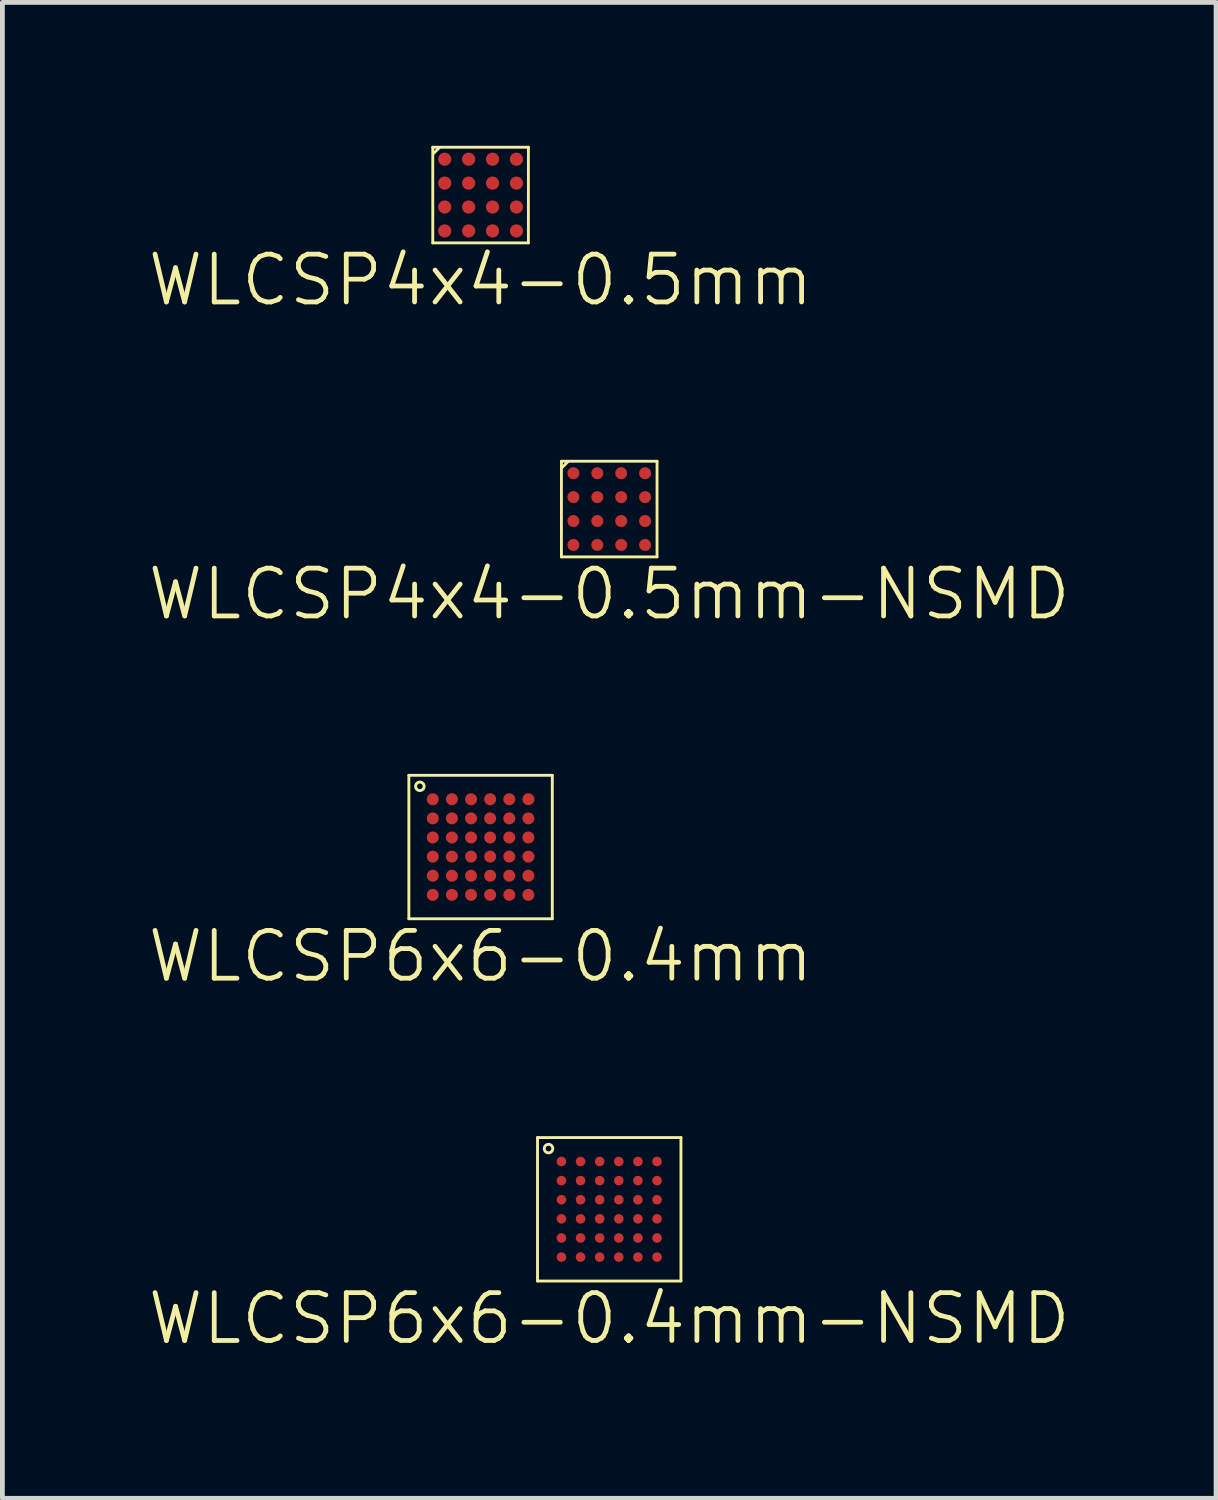
<source format=kicad_pcb>
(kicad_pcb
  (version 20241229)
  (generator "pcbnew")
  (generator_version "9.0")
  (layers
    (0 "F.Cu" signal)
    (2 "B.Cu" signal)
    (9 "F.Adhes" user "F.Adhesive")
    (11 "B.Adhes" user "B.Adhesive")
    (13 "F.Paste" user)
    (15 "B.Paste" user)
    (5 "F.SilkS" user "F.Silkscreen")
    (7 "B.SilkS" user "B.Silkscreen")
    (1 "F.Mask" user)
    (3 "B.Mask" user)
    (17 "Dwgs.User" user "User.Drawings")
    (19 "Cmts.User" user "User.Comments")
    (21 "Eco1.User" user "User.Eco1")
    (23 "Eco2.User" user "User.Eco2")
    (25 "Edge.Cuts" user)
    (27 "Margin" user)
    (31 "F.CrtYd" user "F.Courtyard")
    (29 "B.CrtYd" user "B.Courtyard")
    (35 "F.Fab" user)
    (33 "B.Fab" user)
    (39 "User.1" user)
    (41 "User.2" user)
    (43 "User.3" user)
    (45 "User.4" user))
  (footprint "WLCSP4x4-0.5mm-NSMD"
    (layer "F.Cu")
    (at 9.693 7.598)
    (property "Reference" "WLCSP4x4-0.5mm-NSMD" (at 0 1.778 0) (layer "F.SilkS") (effects (font (size 1 1) (thickness 0.1))))
    (attr through_hole)
    (fp_line (start -1 -1) (end 1 -1) (stroke (width 0.06) (type solid)) (layer "F.SilkS"))
    (fp_line (start -1 1) (end -1 -1) (stroke (width 0.06) (type solid)) (layer "F.SilkS"))
    (fp_line (start -0.864 -0.991) (end -0.991 -0.864) (stroke (width 0.06) (type solid)) (layer "F.SilkS"))
    (fp_line (start 1 -1) (end 1 1) (stroke (width 0.06) (type solid)) (layer "F.SilkS"))
    (fp_line (start 1 1) (end -1 1) (stroke (width 0.06) (type solid)) (layer "F.SilkS"))
    (pad "A1" smd circle (at -0.75 -0.75) (size 0.25 0.25) (layers "F.Cu" "F.Mask" "F.Paste"))
    (pad "A2" smd circle (at -0.25 -0.75) (size 0.25 0.25) (layers "F.Cu" "F.Mask" "F.Paste"))
    (pad "A3" smd circle (at 0.25 -0.75) (size 0.25 0.25) (layers "F.Cu" "F.Mask" "F.Paste"))
    (pad "A4" smd circle (at 0.75 -0.75) (size 0.25 0.25) (layers "F.Cu" "F.Mask" "F.Paste"))
    (pad "B1" smd circle (at -0.75 -0.25) (size 0.25 0.25) (layers "F.Cu" "F.Mask" "F.Paste"))
    (pad "B2" smd circle (at -0.25 -0.25) (size 0.25 0.25) (layers "F.Cu" "F.Mask" "F.Paste"))
    (pad "B3" smd circle (at 0.25 -0.25) (size 0.25 0.25) (layers "F.Cu" "F.Mask" "F.Paste"))
    (pad "B4" smd circle (at 0.75 -0.25) (size 0.25 0.25) (layers "F.Cu" "F.Mask" "F.Paste"))
    (pad "C1" smd circle (at -0.75 0.25) (size 0.25 0.25) (layers "F.Cu" "F.Mask" "F.Paste"))
    (pad "C2" smd circle (at -0.25 0.25) (size 0.25 0.25) (layers "F.Cu" "F.Mask" "F.Paste"))
    (pad "C3" smd circle (at 0.25 0.25) (size 0.25 0.25) (layers "F.Cu" "F.Mask" "F.Paste"))
    (pad "C4" smd circle (at 0.75 0.25) (size 0.25 0.25) (layers "F.Cu" "F.Mask" "F.Paste"))
    (pad "D1" smd circle (at -0.75 0.75) (size 0.25 0.25) (layers "F.Cu" "F.Mask" "F.Paste"))
    (pad "D2" smd circle (at -0.25 0.75) (size 0.25 0.25) (layers "F.Cu" "F.Mask" "F.Paste"))
    (pad "D3" smd circle (at 0.25 0.75) (size 0.25 0.25) (layers "F.Cu" "F.Mask" "F.Paste"))
    (pad "D4" smd circle (at 0.75 0.75) (size 0.25 0.25) (layers "F.Cu" "F.Mask" "F.Paste")))
  (footprint "WLCSP6x6-0.4mm-NSMD"
    (layer "F.Cu")
    (at 9.693 22.244)
    (property "Reference" "WLCSP6x6-0.4mm-NSMD" (at 0 2.286 0) (layer "F.SilkS") (effects (font (size 1 1) (thickness 0.1))))
    (attr through_hole)
    (fp_line (start -1.5 -1.5) (end -1.5 1.5) (stroke (width 0.06) (type solid)) (layer "F.SilkS"))
    (fp_line (start -1.5 -1.5) (end 1.5 -1.5) (stroke (width 0.06) (type solid)) (layer "F.SilkS"))
    (fp_line (start -1.5 1.5) (end 1.5 1.5) (stroke (width 0.06) (type solid)) (layer "F.SilkS"))
    (fp_line (start 1.5 -1.5) (end 1.5 1.5) (stroke (width 0.06) (type solid)) (layer "F.SilkS"))
    (fp_circle (center -1.27 -1.27) (end -1.333 -1.333) (stroke (width 0.06) (type solid)) (fill no) (layer "F.SilkS"))
    (pad "A1" smd circle (at -1 -1) (size 0.2 0.2) (layers "F.Cu" "F.Mask" "F.Paste"))
    (pad "A2" smd circle (at -0.6 -1) (size 0.2 0.2) (layers "F.Cu" "F.Mask" "F.Paste"))
    (pad "A3" smd circle (at -0.2 -1) (size 0.2 0.2) (layers "F.Cu" "F.Mask" "F.Paste"))
    (pad "A4" smd circle (at 0.2 -1) (size 0.2 0.2) (layers "F.Cu" "F.Mask" "F.Paste"))
    (pad "A5" smd circle (at 0.6 -1) (size 0.2 0.2) (layers "F.Cu" "F.Mask" "F.Paste"))
    (pad "A6" smd circle (at 1 -1) (size 0.2 0.2) (layers "F.Cu" "F.Mask" "F.Paste"))
    (pad "B1" smd circle (at -1 -0.6) (size 0.2 0.2) (layers "F.Cu" "F.Mask" "F.Paste"))
    (pad "B2" smd circle (at -0.6 -0.6) (size 0.2 0.2) (layers "F.Cu" "F.Mask" "F.Paste"))
    (pad "B3" smd circle (at -0.2 -0.6) (size 0.2 0.2) (layers "F.Cu" "F.Mask" "F.Paste"))
    (pad "B4" smd circle (at 0.2 -0.6) (size 0.2 0.2) (layers "F.Cu" "F.Mask" "F.Paste"))
    (pad "B5" smd circle (at 0.6 -0.6) (size 0.2 0.2) (layers "F.Cu" "F.Mask" "F.Paste"))
    (pad "B6" smd circle (at 1 -0.6) (size 0.2 0.2) (layers "F.Cu" "F.Mask" "F.Paste"))
    (pad "C1" smd circle (at -1 -0.2) (size 0.2 0.2) (layers "F.Cu" "F.Mask" "F.Paste"))
    (pad "C2" smd circle (at -0.6 -0.2) (size 0.2 0.2) (layers "F.Cu" "F.Mask" "F.Paste"))
    (pad "C3" smd circle (at -0.2 -0.2) (size 0.2 0.2) (layers "F.Cu" "F.Mask" "F.Paste"))
    (pad "C4" smd circle (at 0.2 -0.2) (size 0.2 0.2) (layers "F.Cu" "F.Mask" "F.Paste"))
    (pad "C5" smd circle (at 0.6 -0.2) (size 0.2 0.2) (layers "F.Cu" "F.Mask" "F.Paste"))
    (pad "C6" smd circle (at 1 -0.2) (size 0.2 0.2) (layers "F.Cu" "F.Mask" "F.Paste"))
    (pad "D1" smd circle (at -1 0.2) (size 0.2 0.2) (layers "F.Cu" "F.Mask" "F.Paste"))
    (pad "D2" smd circle (at -0.6 0.2) (size 0.2 0.2) (layers "F.Cu" "F.Mask" "F.Paste"))
    (pad "D3" smd circle (at -0.2 0.2) (size 0.2 0.2) (layers "F.Cu" "F.Mask" "F.Paste"))
    (pad "D4" smd circle (at 0.2 0.2) (size 0.2 0.2) (layers "F.Cu" "F.Mask" "F.Paste"))
    (pad "D5" smd circle (at 0.6 0.2) (size 0.2 0.2) (layers "F.Cu" "F.Mask" "F.Paste"))
    (pad "D6" smd circle (at 1 0.2) (size 0.2 0.2) (layers "F.Cu" "F.Mask" "F.Paste"))
    (pad "E1" smd circle (at -1 0.6) (size 0.2 0.2) (layers "F.Cu" "F.Mask" "F.Paste"))
    (pad "E2" smd circle (at -0.6 0.6) (size 0.2 0.2) (layers "F.Cu" "F.Mask" "F.Paste"))
    (pad "E3" smd circle (at -0.2 0.6) (size 0.2 0.2) (layers "F.Cu" "F.Mask" "F.Paste"))
    (pad "E4" smd circle (at 0.2 0.6) (size 0.2 0.2) (layers "F.Cu" "F.Mask" "F.Paste"))
    (pad "E5" smd circle (at 0.6 0.6) (size 0.2 0.2) (layers "F.Cu" "F.Mask" "F.Paste"))
    (pad "E6" smd circle (at 1 0.6) (size 0.2 0.2) (layers "F.Cu" "F.Mask" "F.Paste"))
    (pad "F1" smd circle (at -1 1) (size 0.2 0.2) (layers "F.Cu" "F.Mask" "F.Paste"))
    (pad "F2" smd circle (at -0.6 1) (size 0.2 0.2) (layers "F.Cu" "F.Mask" "F.Paste"))
    (pad "F3" smd circle (at -0.2 1) (size 0.2 0.2) (layers "F.Cu" "F.Mask" "F.Paste"))
    (pad "F4" smd circle (at 0.2 1) (size 0.2 0.2) (layers "F.Cu" "F.Mask" "F.Paste"))
    (pad "F5" smd circle (at 0.6 1) (size 0.2 0.2) (layers "F.Cu" "F.Mask" "F.Paste"))
    (pad "F6" smd circle (at 1 1) (size 0.2 0.2) (layers "F.Cu" "F.Mask" "F.Paste")))
  (footprint "WLCSP6x6-0.4mm"
    (layer "F.Cu")
    (at 7.002 14.667)
    (property "Reference" "WLCSP6x6-0.4mm" (at 0 2.286 0) (layer "F.SilkS") (effects (font (size 1 1) (thickness 0.1))))
    (attr through_hole)
    (fp_line (start -1.5 -1.5) (end -1.5 1.5) (stroke (width 0.06) (type solid)) (layer "F.SilkS"))
    (fp_line (start -1.5 -1.5) (end 1.5 -1.5) (stroke (width 0.06) (type solid)) (layer "F.SilkS"))
    (fp_line (start -1.5 1.5) (end 1.5 1.5) (stroke (width 0.06) (type solid)) (layer "F.SilkS"))
    (fp_line (start 1.5 -1.5) (end 1.5 1.5) (stroke (width 0.06) (type solid)) (layer "F.SilkS"))
    (fp_circle (center -1.27 -1.27) (end -1.333 -1.333) (stroke (width 0.06) (type solid)) (fill no) (layer "F.SilkS"))
    (pad "A1" smd circle (at -1 -1) (size 0.25 0.25) (layers "F.Cu" "F.Mask" "F.Paste"))
    (pad "A2" smd circle (at -0.6 -1) (size 0.25 0.25) (layers "F.Cu" "F.Mask" "F.Paste"))
    (pad "A3" smd circle (at -0.2 -1) (size 0.25 0.25) (layers "F.Cu" "F.Mask" "F.Paste"))
    (pad "A4" smd circle (at 0.2 -1) (size 0.25 0.25) (layers "F.Cu" "F.Mask" "F.Paste"))
    (pad "A5" smd circle (at 0.6 -1) (size 0.25 0.25) (layers "F.Cu" "F.Mask" "F.Paste"))
    (pad "A6" smd circle (at 1 -1) (size 0.25 0.25) (layers "F.Cu" "F.Mask" "F.Paste"))
    (pad "B1" smd circle (at -1 -0.6) (size 0.25 0.25) (layers "F.Cu" "F.Mask" "F.Paste"))
    (pad "B2" smd circle (at -0.6 -0.6) (size 0.25 0.25) (layers "F.Cu" "F.Mask" "F.Paste"))
    (pad "B3" smd circle (at -0.2 -0.6) (size 0.25 0.25) (layers "F.Cu" "F.Mask" "F.Paste"))
    (pad "B4" smd circle (at 0.2 -0.6) (size 0.25 0.25) (layers "F.Cu" "F.Mask" "F.Paste"))
    (pad "B5" smd circle (at 0.6 -0.6) (size 0.25 0.25) (layers "F.Cu" "F.Mask" "F.Paste"))
    (pad "B6" smd circle (at 1 -0.6) (size 0.25 0.25) (layers "F.Cu" "F.Mask" "F.Paste"))
    (pad "C1" smd circle (at -1 -0.2) (size 0.25 0.25) (layers "F.Cu" "F.Mask" "F.Paste"))
    (pad "C2" smd circle (at -0.6 -0.2) (size 0.25 0.25) (layers "F.Cu" "F.Mask" "F.Paste"))
    (pad "C3" smd circle (at -0.2 -0.2) (size 0.25 0.25) (layers "F.Cu" "F.Mask" "F.Paste"))
    (pad "C4" smd circle (at 0.2 -0.2) (size 0.25 0.25) (layers "F.Cu" "F.Mask" "F.Paste"))
    (pad "C5" smd circle (at 0.6 -0.2) (size 0.25 0.25) (layers "F.Cu" "F.Mask" "F.Paste"))
    (pad "C6" smd circle (at 1 -0.2) (size 0.25 0.25) (layers "F.Cu" "F.Mask" "F.Paste"))
    (pad "D1" smd circle (at -1 0.2) (size 0.25 0.25) (layers "F.Cu" "F.Mask" "F.Paste"))
    (pad "D2" smd circle (at -0.6 0.2) (size 0.25 0.25) (layers "F.Cu" "F.Mask" "F.Paste"))
    (pad "D3" smd circle (at -0.2 0.2) (size 0.25 0.25) (layers "F.Cu" "F.Mask" "F.Paste"))
    (pad "D4" smd circle (at 0.2 0.2) (size 0.25 0.25) (layers "F.Cu" "F.Mask" "F.Paste"))
    (pad "D5" smd circle (at 0.6 0.2) (size 0.25 0.25) (layers "F.Cu" "F.Mask" "F.Paste"))
    (pad "D6" smd circle (at 1 0.2) (size 0.25 0.25) (layers "F.Cu" "F.Mask" "F.Paste"))
    (pad "E1" smd circle (at -1 0.6) (size 0.25 0.25) (layers "F.Cu" "F.Mask" "F.Paste"))
    (pad "E2" smd circle (at -0.6 0.6) (size 0.25 0.25) (layers "F.Cu" "F.Mask" "F.Paste"))
    (pad "E3" smd circle (at -0.2 0.6) (size 0.25 0.25) (layers "F.Cu" "F.Mask" "F.Paste"))
    (pad "E4" smd circle (at 0.2 0.6) (size 0.25 0.25) (layers "F.Cu" "F.Mask" "F.Paste"))
    (pad "E5" smd circle (at 0.6 0.6) (size 0.25 0.25) (layers "F.Cu" "F.Mask" "F.Paste"))
    (pad "E6" smd circle (at 1 0.6) (size 0.25 0.25) (layers "F.Cu" "F.Mask" "F.Paste"))
    (pad "F1" smd circle (at -1 1) (size 0.25 0.25) (layers "F.Cu" "F.Mask" "F.Paste"))
    (pad "F2" smd circle (at -0.6 1) (size 0.25 0.25) (layers "F.Cu" "F.Mask" "F.Paste"))
    (pad "F3" smd circle (at -0.2 1) (size 0.25 0.25) (layers "F.Cu" "F.Mask" "F.Paste"))
    (pad "F4" smd circle (at 0.2 1) (size 0.25 0.25) (layers "F.Cu" "F.Mask" "F.Paste"))
    (pad "F5" smd circle (at 0.6 1) (size 0.25 0.25) (layers "F.Cu" "F.Mask" "F.Paste"))
    (pad "F6" smd circle (at 1 1) (size 0.25 0.25) (layers "F.Cu" "F.Mask" "F.Paste")))
  (footprint "WLCSP4x4-0.5mm"
    (layer "F.Cu")
    (at 7.002 1.03)
    (property "Reference" "WLCSP4x4-0.5mm" (at 0 1.778 0) (layer "F.SilkS") (effects (font (size 1 1) (thickness 0.1))))
    (attr through_hole)
    (fp_line (start -1 -1) (end 1 -1) (stroke (width 0.06) (type solid)) (layer "F.SilkS"))
    (fp_line (start -1 1) (end -1 -1) (stroke (width 0.06) (type solid)) (layer "F.SilkS"))
    (fp_line (start -0.864 -0.991) (end -0.991 -0.864) (stroke (width 0.06) (type solid)) (layer "F.SilkS"))
    (fp_line (start 1 -1) (end 1 1) (stroke (width 0.06) (type solid)) (layer "F.SilkS"))
    (fp_line (start 1 1) (end -1 1) (stroke (width 0.06) (type solid)) (layer "F.SilkS"))
    (pad "A1" smd circle (at -0.75 -0.75) (size 0.275 0.275) (layers "F.Cu" "F.Mask" "F.Paste"))
    (pad "A2" smd circle (at -0.25 -0.75) (size 0.275 0.275) (layers "F.Cu" "F.Mask" "F.Paste"))
    (pad "A3" smd circle (at 0.25 -0.75) (size 0.275 0.275) (layers "F.Cu" "F.Mask" "F.Paste"))
    (pad "A4" smd circle (at 0.75 -0.75) (size 0.275 0.275) (layers "F.Cu" "F.Mask" "F.Paste"))
    (pad "B1" smd circle (at -0.75 -0.25) (size 0.275 0.275) (layers "F.Cu" "F.Mask" "F.Paste"))
    (pad "B2" smd circle (at -0.25 -0.25) (size 0.275 0.275) (layers "F.Cu" "F.Mask" "F.Paste"))
    (pad "B3" smd circle (at 0.25 -0.25) (size 0.275 0.275) (layers "F.Cu" "F.Mask" "F.Paste"))
    (pad "B4" smd circle (at 0.75 -0.25) (size 0.275 0.275) (layers "F.Cu" "F.Mask" "F.Paste"))
    (pad "C1" smd circle (at -0.75 0.25) (size 0.275 0.275) (layers "F.Cu" "F.Mask" "F.Paste"))
    (pad "C2" smd circle (at -0.25 0.25) (size 0.275 0.275) (layers "F.Cu" "F.Mask" "F.Paste"))
    (pad "C3" smd circle (at 0.25 0.25) (size 0.275 0.275) (layers "F.Cu" "F.Mask" "F.Paste"))
    (pad "C4" smd circle (at 0.75 0.25) (size 0.275 0.275) (layers "F.Cu" "F.Mask" "F.Paste"))
    (pad "D1" smd circle (at -0.75 0.75) (size 0.275 0.275) (layers "F.Cu" "F.Mask" "F.Paste"))
    (pad "D2" smd circle (at -0.25 0.75) (size 0.275 0.275) (layers "F.Cu" "F.Mask" "F.Paste"))
    (pad "D3" smd circle (at 0.25 0.75) (size 0.275 0.275) (layers "F.Cu" "F.Mask" "F.Paste"))
    (pad "D4" smd circle (at 0.75 0.75) (size 0.275 0.275) (layers "F.Cu" "F.Mask" "F.Paste")))
  (gr_rect
    (start -3 -3)
    (end 22.386 28.29)
    (stroke (width 0.1) (type default))
    (fill no)
    (layer "Edge.Cuts")))
</source>
